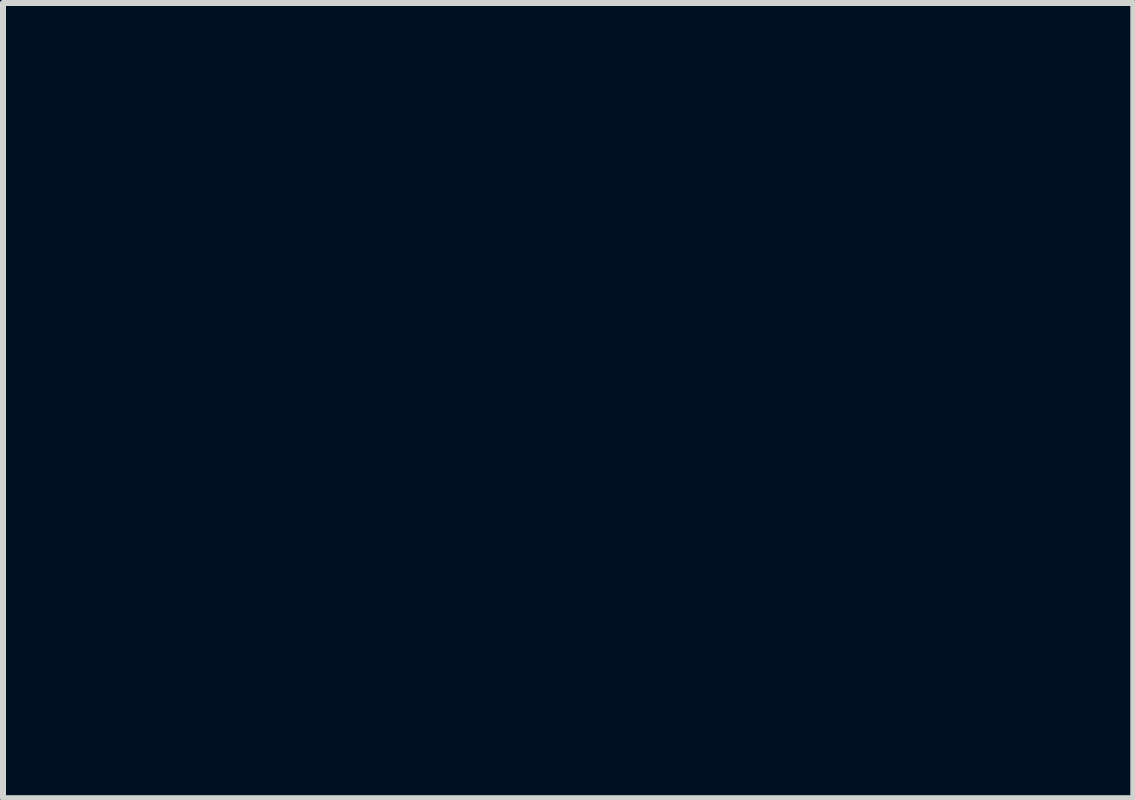
<source format=kicad_pcb>
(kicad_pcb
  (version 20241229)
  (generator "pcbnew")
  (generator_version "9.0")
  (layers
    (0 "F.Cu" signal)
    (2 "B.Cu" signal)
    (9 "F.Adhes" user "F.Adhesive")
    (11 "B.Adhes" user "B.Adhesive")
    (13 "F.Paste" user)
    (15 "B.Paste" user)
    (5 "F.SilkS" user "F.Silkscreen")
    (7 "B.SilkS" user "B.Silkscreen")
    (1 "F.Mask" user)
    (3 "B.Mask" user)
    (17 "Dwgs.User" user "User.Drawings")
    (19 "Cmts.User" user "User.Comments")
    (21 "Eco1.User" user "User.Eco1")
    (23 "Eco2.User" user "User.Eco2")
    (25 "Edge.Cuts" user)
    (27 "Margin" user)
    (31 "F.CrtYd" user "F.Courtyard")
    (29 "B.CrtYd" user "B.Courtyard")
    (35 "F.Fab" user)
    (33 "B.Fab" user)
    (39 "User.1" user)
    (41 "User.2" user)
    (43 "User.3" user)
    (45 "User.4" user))
  (footprint "Supply_Part"
    (layer "F.Cu")
    (at 7.705 2.6)
    (property "Reference" "Supply_Part" (at -3.175 3.81 0) (layer "Eco1.User") (effects (font (size 1 1) (thickness 0.15))))
    (attr exclude_from_pos_files exclude_from_bom)
    (fp_line (start -5.08 -2.54) (end 5.08 -2.54) (stroke (width 0.12) (type solid)) (layer "Eco1.User"))
    (fp_line (start -5.08 0) (end -5.08 -2.54) (stroke (width 0.12) (type solid)) (layer "Eco1.User"))
    (fp_line (start -5.08 2.54) (end -5.08 0) (stroke (width 0.12) (type solid)) (layer "Eco1.User"))
    (fp_line (start 5.08 -2.54) (end 5.08 2.54) (stroke (width 0.12) (type solid)) (layer "Eco1.User"))
    (fp_line (start 5.08 2.54) (end -5.08 2.54) (stroke (width 0.12) (type solid)) (layer "Eco1.User")))
  (gr_rect
    (start -3 -3)
    (end 15.845 10.258)
    (stroke (width 0.1) (type default))
    (fill no)
    (layer "Edge.Cuts")))
</source>
